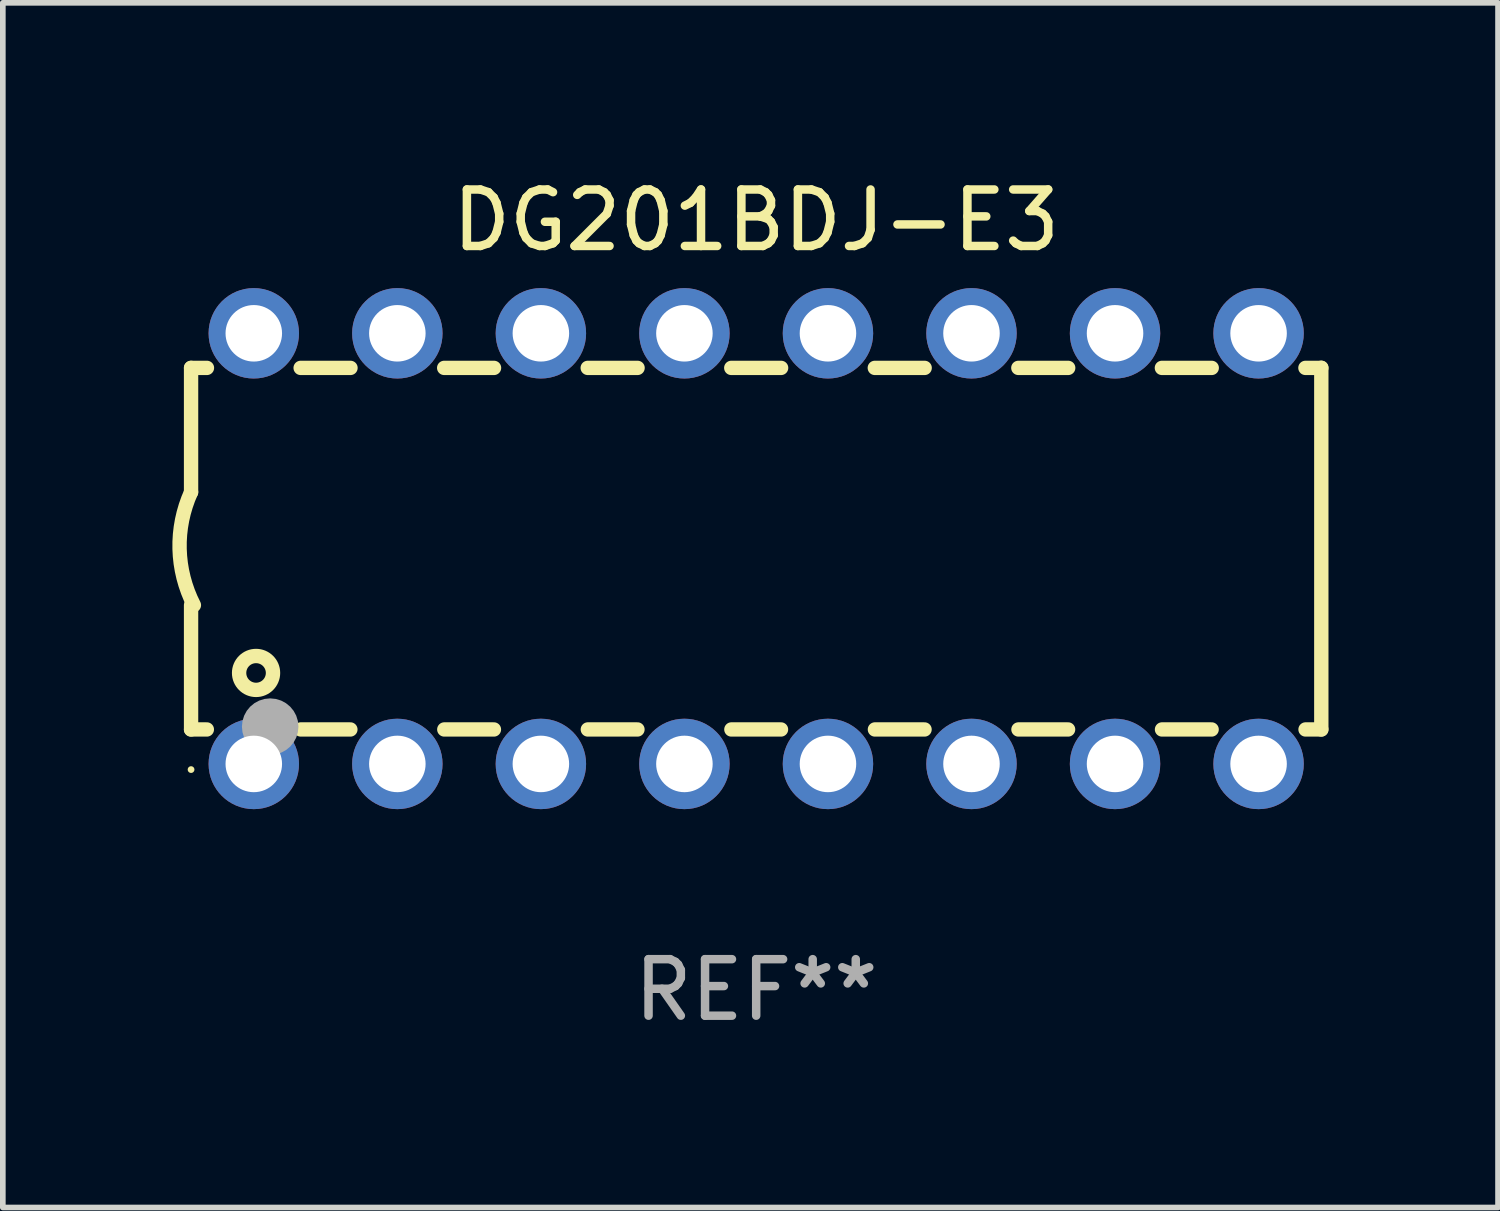
<source format=kicad_pcb>
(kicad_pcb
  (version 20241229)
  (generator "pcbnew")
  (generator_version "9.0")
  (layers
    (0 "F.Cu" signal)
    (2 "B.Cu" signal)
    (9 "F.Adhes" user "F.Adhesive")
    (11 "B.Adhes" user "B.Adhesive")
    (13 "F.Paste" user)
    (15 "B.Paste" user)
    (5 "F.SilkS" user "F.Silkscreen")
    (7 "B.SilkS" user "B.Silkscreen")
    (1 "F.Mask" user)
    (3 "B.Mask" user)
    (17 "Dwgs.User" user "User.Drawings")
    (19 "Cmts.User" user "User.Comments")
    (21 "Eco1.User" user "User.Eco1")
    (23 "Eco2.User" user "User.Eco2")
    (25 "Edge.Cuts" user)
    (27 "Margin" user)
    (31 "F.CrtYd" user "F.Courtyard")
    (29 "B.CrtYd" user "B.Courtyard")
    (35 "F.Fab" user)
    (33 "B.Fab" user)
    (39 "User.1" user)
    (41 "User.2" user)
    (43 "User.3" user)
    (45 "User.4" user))
  (footprint "DG201BDJ-E3"
    (layer "F.Cu")
    (at 10.331 6.658)
    (property "Reference" "DG201BDJ-E3" (at 0 -5.81 0) (layer "F.SilkS") (effects (font (size 1 1) (thickness 0.15))))
    (attr through_hole)
    (fp_line (start -10 -3.198) (end -9.719 -3.198) (stroke (width 0.254) (type solid)) (layer "F.SilkS"))
    (fp_line (start -10 -0.998) (end -10 -3.198) (stroke (width 0.254) (type solid)) (layer "F.SilkS"))
    (fp_line (start -10 3.2) (end -10 1) (stroke (width 0.254) (type solid)) (layer "F.SilkS"))
    (fp_line (start -10 3.2) (end -9.721 3.2) (stroke (width 0.254) (type solid)) (layer "F.SilkS"))
    (fp_line (start -8.061 -3.198) (end -7.179 -3.198) (stroke (width 0.254) (type solid)) (layer "F.SilkS"))
    (fp_line (start -8.059 3.2) (end -7.181 3.2) (stroke (width 0.254) (type solid)) (layer "F.SilkS"))
    (fp_line (start -5.521 -3.198) (end -4.639 -3.198) (stroke (width 0.254) (type solid)) (layer "F.SilkS"))
    (fp_line (start -5.519 3.2) (end -4.641 3.2) (stroke (width 0.254) (type solid)) (layer "F.SilkS"))
    (fp_line (start -2.981 -3.198) (end -2.099 -3.198) (stroke (width 0.254) (type solid)) (layer "F.SilkS"))
    (fp_line (start -2.979 3.2) (end -2.101 3.2) (stroke (width 0.254) (type solid)) (layer "F.SilkS"))
    (fp_line (start -0.441 -3.198) (end 0.441 -3.198) (stroke (width 0.254) (type solid)) (layer "F.SilkS"))
    (fp_line (start -0.439 3.2) (end 0.439 3.2) (stroke (width 0.254) (type solid)) (layer "F.SilkS"))
    (fp_line (start 2.099 -3.198) (end 2.981 -3.198) (stroke (width 0.254) (type solid)) (layer "F.SilkS"))
    (fp_line (start 2.101 3.2) (end 2.979 3.2) (stroke (width 0.254) (type solid)) (layer "F.SilkS"))
    (fp_line (start 4.639 -3.198) (end 5.521 -3.198) (stroke (width 0.254) (type solid)) (layer "F.SilkS"))
    (fp_line (start 4.641 3.2) (end 5.519 3.2) (stroke (width 0.254) (type solid)) (layer "F.SilkS"))
    (fp_line (start 7.179 -3.198) (end 8.061 -3.198) (stroke (width 0.254) (type solid)) (layer "F.SilkS"))
    (fp_line (start 7.181 3.2) (end 8.059 3.2) (stroke (width 0.254) (type solid)) (layer "F.SilkS"))
    (fp_line (start 9.719 -3.198) (end 10 -3.198) (stroke (width 0.254) (type solid)) (layer "F.SilkS"))
    (fp_line (start 9.721 3.2) (end 10 3.2) (stroke (width 0.254) (type solid)) (layer "F.SilkS"))
    (fp_line (start 10 3.2) (end 10 -3.2) (stroke (width 0.254) (type solid)) (layer "F.SilkS"))
    (fp_arc (start -9.949962 1) (mid -10.203153 0.005709) (end -10 -1) (stroke (width 0.254001) (type solid)) (layer "F.SilkS"))
    (fp_circle (center -10 3.91) (end -9.97 3.91) (stroke (width 0.06) (type solid)) (fill no) (layer "F.SilkS"))
    (fp_circle (center -8.85 2.2) (end -8.55 2.2) (stroke (width 0.254) (type solid)) (fill no) (layer "F.SilkS"))
    (fp_circle (center -8.6 3.15) (end -8.35 3.15) (stroke (width 0.5) (type solid)) (fill no) (layer "F.Fab"))
    (fp_text user "REF**" (at 0 7.81 0) (layer "F.Fab") (effects (font (size 1 1) (thickness 0.15))))
    (pad "1" thru_hole circle (at -8.89 3.81) (size 1.6 1.6) (drill 1) (layers "*.Cu" "*.Mask"))
    (pad "2" thru_hole circle (at -6.35 3.81) (size 1.6 1.6) (drill 1) (layers "*.Cu" "*.Mask"))
    (pad "3" thru_hole circle (at -3.81 3.81) (size 1.6 1.6) (drill 1) (layers "*.Cu" "*.Mask"))
    (pad "4" thru_hole circle (at -1.27 3.81) (size 1.6 1.6) (drill 1) (layers "*.Cu" "*.Mask"))
    (pad "5" thru_hole circle (at 1.27 3.81) (size 1.6 1.6) (drill 1) (layers "*.Cu" "*.Mask"))
    (pad "6" thru_hole circle (at 3.81 3.81) (size 1.6 1.6) (drill 1) (layers "*.Cu" "*.Mask"))
    (pad "7" thru_hole circle (at 6.35 3.81) (size 1.6 1.6) (drill 1) (layers "*.Cu" "*.Mask"))
    (pad "8" thru_hole circle (at 8.89 3.81) (size 1.6 1.6) (drill 1) (layers "*.Cu" "*.Mask"))
    (pad "9" thru_hole circle (at 8.89 -3.81) (size 1.6 1.6) (drill 1) (layers "*.Cu" "*.Mask"))
    (pad "10" thru_hole circle (at 6.35 -3.81) (size 1.6 1.6) (drill 1) (layers "*.Cu" "*.Mask"))
    (pad "11" thru_hole circle (at 3.81 -3.81) (size 1.6 1.6) (drill 1) (layers "*.Cu" "*.Mask"))
    (pad "12" thru_hole circle (at 1.27 -3.81) (size 1.6 1.6) (drill 1) (layers "*.Cu" "*.Mask"))
    (pad "13" thru_hole circle (at -1.27 -3.81) (size 1.6 1.6) (drill 1) (layers "*.Cu" "*.Mask"))
    (pad "14" thru_hole circle (at -3.81 -3.81) (size 1.6 1.6) (drill 1) (layers "*.Cu" "*.Mask"))
    (pad "15" thru_hole circle (at -6.35 -3.81) (size 1.6 1.6) (drill 1) (layers "*.Cu" "*.Mask"))
    (pad "16" thru_hole circle (at -8.89 -3.81) (size 1.6 1.6) (drill 1) (layers "*.Cu" "*.Mask")))
  (gr_rect
    (start -3 -3)
    (end 23.458 18.317)
    (stroke (width 0.1) (type default))
    (fill no)
    (layer "Edge.Cuts")))
</source>
